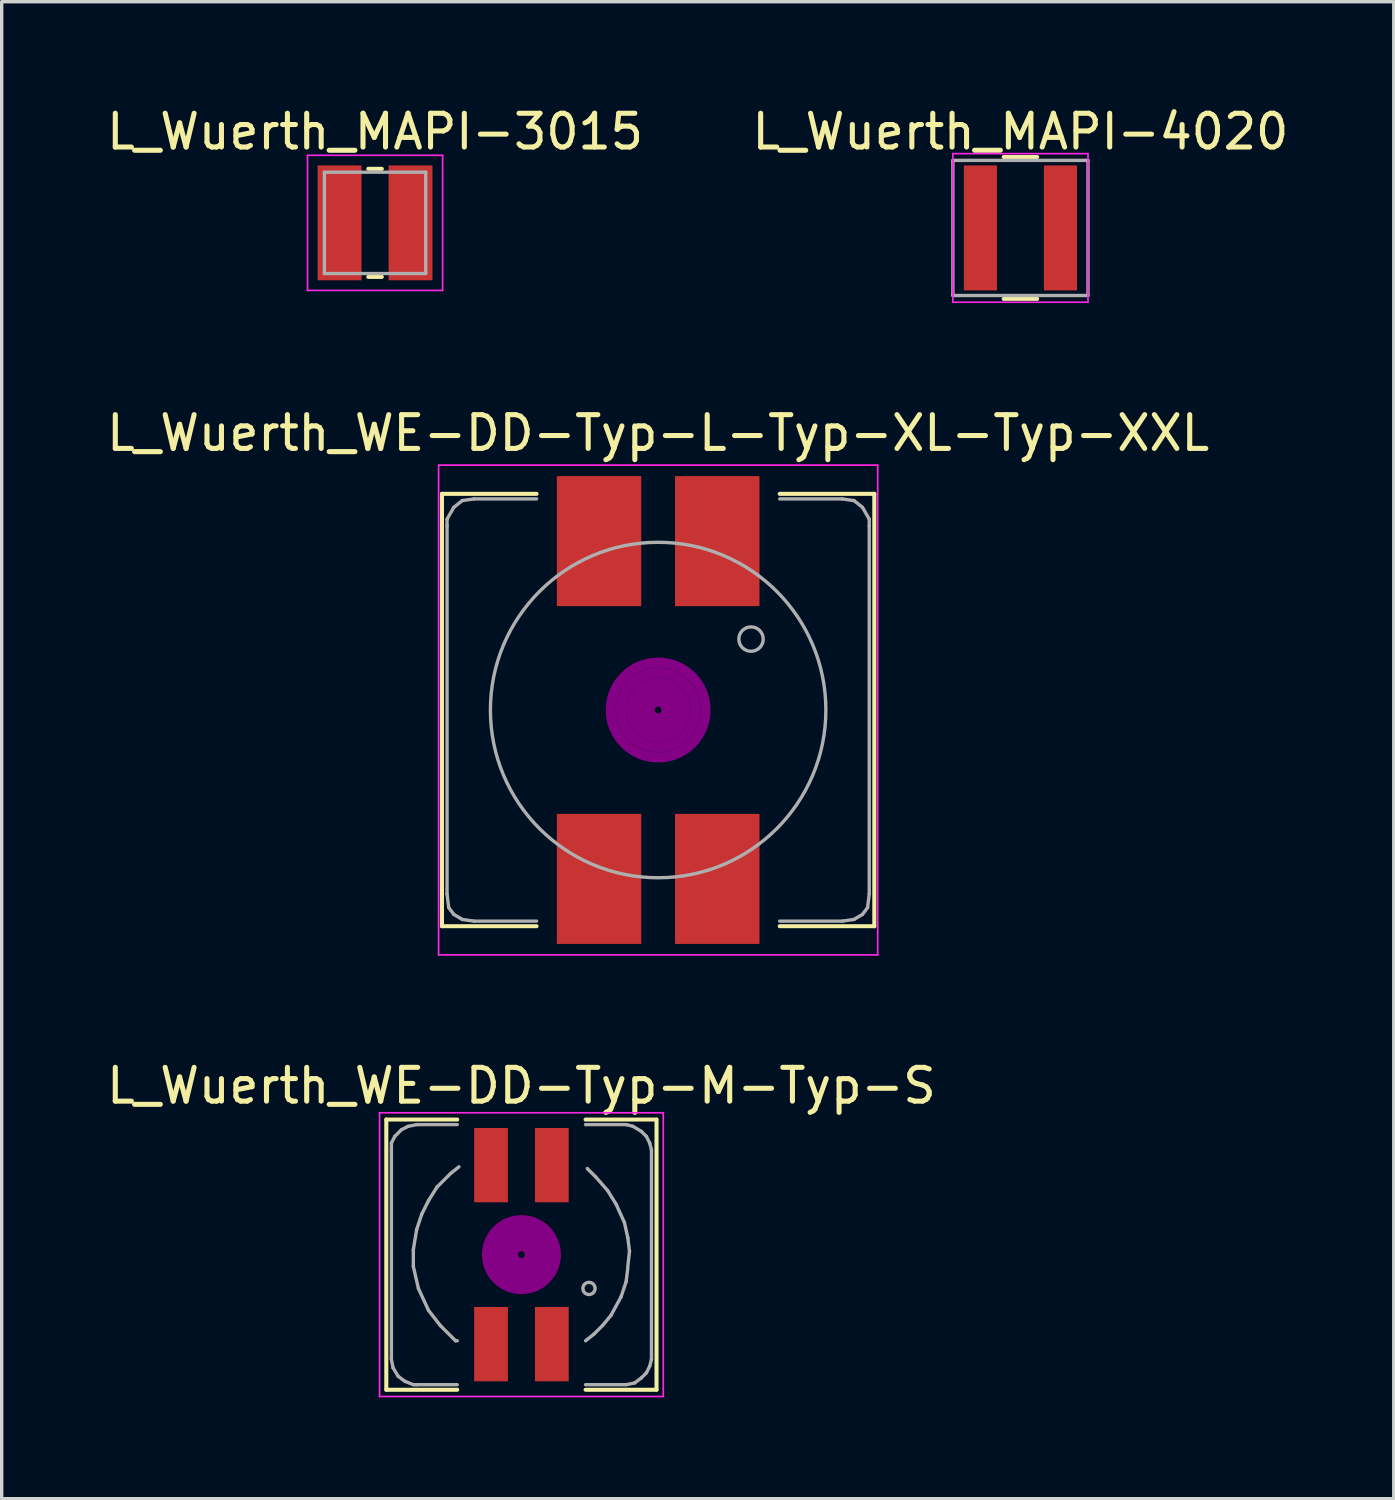
<source format=kicad_pcb>
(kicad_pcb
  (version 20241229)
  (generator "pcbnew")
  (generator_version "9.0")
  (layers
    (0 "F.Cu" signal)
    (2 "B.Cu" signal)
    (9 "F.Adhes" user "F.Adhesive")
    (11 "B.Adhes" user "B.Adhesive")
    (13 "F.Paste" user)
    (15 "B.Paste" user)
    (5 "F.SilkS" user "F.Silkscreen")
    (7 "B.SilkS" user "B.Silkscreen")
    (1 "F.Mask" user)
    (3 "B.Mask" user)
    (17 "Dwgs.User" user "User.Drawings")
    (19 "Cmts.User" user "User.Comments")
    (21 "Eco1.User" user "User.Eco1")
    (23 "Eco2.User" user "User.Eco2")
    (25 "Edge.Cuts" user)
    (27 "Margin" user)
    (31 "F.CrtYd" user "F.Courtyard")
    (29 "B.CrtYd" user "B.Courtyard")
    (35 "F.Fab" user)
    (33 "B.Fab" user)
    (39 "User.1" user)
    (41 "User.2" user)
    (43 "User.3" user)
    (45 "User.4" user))
  (footprint "L_Wuerth_WE-DD-Typ-L-Typ-XL-Typ-XXL"
    (layer "F.Cu")
    (at 16.435 17.971)
    (property "Reference" "L_Wuerth_WE-DD-Typ-L-Typ-XL-Typ-XXL" (at 0 -8.2 0) (layer "F.SilkS") (effects (font (size 1 1) (thickness 0.15))))
    (attr smd)
    (fp_line (start -6.4 -6.4) (end -3.6 -6.4) (stroke (width 0.12) (type solid)) (layer "F.SilkS"))
    (fp_line (start -6.4 6.4) (end -6.4 -6.4) (stroke (width 0.12) (type solid)) (layer "F.SilkS"))
    (fp_line (start -3.6 6.4) (end -6.4 6.4) (stroke (width 0.12) (type solid)) (layer "F.SilkS"))
    (fp_line (start 3.6 -6.4) (end 6.4 -6.4) (stroke (width 0.12) (type solid)) (layer "F.SilkS"))
    (fp_line (start 6.4 -6.4) (end 6.4 6.4) (stroke (width 0.12) (type solid)) (layer "F.SilkS"))
    (fp_line (start 6.4 6.4) (end 3.6 6.4) (stroke (width 0.12) (type solid)) (layer "F.SilkS"))
    (fp_circle (center 0 0) (end 0.1 0) (stroke (width 0.3) (type solid)) (fill no) (layer "F.Adhes"))
    (fp_circle (center 0 0) (end 0.3 0.1) (stroke (width 0.3) (type solid)) (fill no) (layer "F.Adhes"))
    (fp_circle (center 0 0) (end 0.6 0) (stroke (width 0.3) (type solid)) (fill no) (layer "F.Adhes"))
    (fp_circle (center 0 0) (end 0.8 -0.1) (stroke (width 0.3) (type solid)) (fill no) (layer "F.Adhes"))
    (fp_circle (center 0 0) (end 1.1 -0.1) (stroke (width 0.3) (type solid)) (fill no) (layer "F.Adhes"))
    (fp_circle (center 0 0) (end 1.4 -0.1) (stroke (width 0.3) (type solid)) (fill no) (layer "F.Adhes"))
    (fp_line (start -6.5 -7.25) (end 6.5 -7.25) (stroke (width 0.05) (type solid)) (layer "F.CrtYd"))
    (fp_line (start -6.5 7.25) (end -6.5 -7.25) (stroke (width 0.05) (type solid)) (layer "F.CrtYd"))
    (fp_line (start 6.5 -7.25) (end 6.5 7.25) (stroke (width 0.05) (type solid)) (layer "F.CrtYd"))
    (fp_line (start 6.5 7.25) (end -6.5 7.25) (stroke (width 0.05) (type solid)) (layer "F.CrtYd"))
    (fp_line (start -6.25 -5.65) (end -6.25 -5.45) (stroke (width 0.1) (type solid)) (layer "F.Fab"))
    (fp_line (start -6.25 -5.45) (end -6.25 5.45) (stroke (width 0.1) (type solid)) (layer "F.Fab"))
    (fp_line (start -6.2 5.85) (end -6.25 5.45) (stroke (width 0.1) (type solid)) (layer "F.Fab"))
    (fp_line (start -6.05 -6) (end -6.25 -5.65) (stroke (width 0.1) (type solid)) (layer "F.Fab"))
    (fp_line (start -6.05 6.05) (end -6.2 5.85) (stroke (width 0.1) (type solid)) (layer "F.Fab"))
    (fp_line (start -5.8 -6.2) (end -6.05 -6) (stroke (width 0.1) (type solid)) (layer "F.Fab"))
    (fp_line (start -5.8 6.2) (end -6.05 6.05) (stroke (width 0.1) (type solid)) (layer "F.Fab"))
    (fp_line (start -5.45 -6.25) (end -5.8 -6.2) (stroke (width 0.1) (type solid)) (layer "F.Fab"))
    (fp_line (start -5.45 6.25) (end -5.8 6.2) (stroke (width 0.1) (type solid)) (layer "F.Fab"))
    (fp_line (start -3.6 -6.25) (end -5.45 -6.25) (stroke (width 0.1) (type solid)) (layer "F.Fab"))
    (fp_line (start -3.6 6.25) (end -5.45 6.25) (stroke (width 0.1) (type solid)) (layer "F.Fab"))
    (fp_line (start 3.6 -6.25) (end 5.45 -6.25) (stroke (width 0.1) (type solid)) (layer "F.Fab"))
    (fp_line (start 3.6 6.25) (end 5.45 6.25) (stroke (width 0.1) (type solid)) (layer "F.Fab"))
    (fp_line (start 5.45 -6.25) (end 5.8 -6.2) (stroke (width 0.1) (type solid)) (layer "F.Fab"))
    (fp_line (start 5.45 6.25) (end 5.8 6.2) (stroke (width 0.1) (type solid)) (layer "F.Fab"))
    (fp_line (start 5.8 -6.2) (end 6.05 -6) (stroke (width 0.1) (type solid)) (layer "F.Fab"))
    (fp_line (start 5.8 6.2) (end 6.05 6.05) (stroke (width 0.1) (type solid)) (layer "F.Fab"))
    (fp_line (start 6.05 -6) (end 6.25 -5.65) (stroke (width 0.1) (type solid)) (layer "F.Fab"))
    (fp_line (start 6.05 6.05) (end 6.2 5.85) (stroke (width 0.1) (type solid)) (layer "F.Fab"))
    (fp_line (start 6.2 5.85) (end 6.25 5.45) (stroke (width 0.1) (type solid)) (layer "F.Fab"))
    (fp_line (start 6.25 -5.65) (end 6.25 -5.45) (stroke (width 0.1) (type solid)) (layer "F.Fab"))
    (fp_line (start 6.25 -5.45) (end 6.25 5.45) (stroke (width 0.1) (type solid)) (layer "F.Fab"))
    (fp_circle (center 0 0) (end 2.1 4.5) (stroke (width 0.1) (type solid)) (fill no) (layer "F.Fab"))
    (fp_circle (center 2.75 -2.1) (end 3.05 -1.9) (stroke (width 0.1) (type solid)) (fill no) (layer "F.Fab"))
    (pad "1" smd rect (at -1.75 -5) (size 2.5 3.85) (layers "F.Cu" "F.Mask" "F.Paste"))
    (pad "2" smd rect (at 1.75 -5) (size 2.5 3.85) (layers "F.Cu" "F.Mask" "F.Paste"))
    (pad "3" smd rect (at 1.75 5) (size 2.5 3.85) (layers "F.Cu" "F.Mask" "F.Paste"))
    (pad "4" smd rect (at -1.75 5) (size 2.5 3.85) (layers "F.Cu" "F.Mask" "F.Paste")))
  (footprint "L_Wuerth_WE-DD-Typ-M-Typ-S"
    (layer "F.Cu")
    (at 12.387 34.095)
    (property "Reference" "L_Wuerth_WE-DD-Typ-M-Typ-S" (at 0 -5 0) (layer "F.SilkS") (effects (font (size 1 1) (thickness 0.15))))
    (attr smd)
    (fp_line (start -4 -4) (end -1.9 -4) (stroke (width 0.12) (type solid)) (layer "F.SilkS"))
    (fp_line (start -4 4) (end -4 -4) (stroke (width 0.12) (type solid)) (layer "F.SilkS"))
    (fp_line (start -1.9 4) (end -4 4) (stroke (width 0.12) (type solid)) (layer "F.SilkS"))
    (fp_line (start 1.9 -4) (end 4 -4) (stroke (width 0.12) (type solid)) (layer "F.SilkS"))
    (fp_line (start 4 -4) (end 4 4) (stroke (width 0.12) (type solid)) (layer "F.SilkS"))
    (fp_line (start 4 4) (end 1.9 4) (stroke (width 0.12) (type solid)) (layer "F.SilkS"))
    (fp_circle (center 0 0) (end 0.1 0) (stroke (width 0.3) (type solid)) (fill no) (layer "F.Adhes"))
    (fp_circle (center 0 0) (end 0.3 -0.1) (stroke (width 0.3) (type solid)) (fill no) (layer "F.Adhes"))
    (fp_circle (center 0 0) (end 0.6 0) (stroke (width 0.3) (type solid)) (fill no) (layer "F.Adhes"))
    (fp_circle (center 0 0) (end 0.8 -0.1) (stroke (width 0.3) (type solid)) (fill no) (layer "F.Adhes"))
    (fp_circle (center 0 0) (end 1 -0.2) (stroke (width 0.3) (type solid)) (fill no) (layer "F.Adhes"))
    (fp_circle (center 0.8 0) (end 0.8 0) (stroke (width 0.3) (type solid)) (fill no) (layer "F.Adhes"))
    (fp_line (start -4.2 -4.2) (end 4.2 -4.2) (stroke (width 0.05) (type solid)) (layer "F.CrtYd"))
    (fp_line (start -4.2 4.2) (end -4.2 -4.2) (stroke (width 0.05) (type solid)) (layer "F.CrtYd"))
    (fp_line (start 4.2 -4.2) (end 4.2 4.2) (stroke (width 0.05) (type solid)) (layer "F.CrtYd"))
    (fp_line (start 4.2 4.2) (end -4.2 4.2) (stroke (width 0.05) (type solid)) (layer "F.CrtYd"))
    (fp_line (start -3.85 -3.3) (end -3.85 -3.1) (stroke (width 0.1) (type solid)) (layer "F.Fab"))
    (fp_line (start -3.85 -3.1) (end -3.85 3.1) (stroke (width 0.1) (type solid)) (layer "F.Fab"))
    (fp_line (start -3.85 3.1) (end -3.8 3.35) (stroke (width 0.1) (type solid)) (layer "F.Fab"))
    (fp_line (start -3.8 3.35) (end -3.65 3.6) (stroke (width 0.1) (type solid)) (layer "F.Fab"))
    (fp_line (start -3.75 -3.5) (end -3.85 -3.3) (stroke (width 0.1) (type solid)) (layer "F.Fab"))
    (fp_line (start -3.65 3.6) (end -3.45 3.75) (stroke (width 0.1) (type solid)) (layer "F.Fab"))
    (fp_line (start -3.55 -3.7) (end -3.75 -3.5) (stroke (width 0.1) (type solid)) (layer "F.Fab"))
    (fp_line (start -3.45 3.75) (end -3.2 3.85) (stroke (width 0.1) (type solid)) (layer "F.Fab"))
    (fp_line (start -3.35 -3.8) (end -3.55 -3.7) (stroke (width 0.1) (type solid)) (layer "F.Fab"))
    (fp_line (start -3.2 -0.15) (end -3.2 0.35) (stroke (width 0.1) (type solid)) (layer "F.Fab"))
    (fp_line (start -3.2 0.35) (end -3.05 1) (stroke (width 0.1) (type solid)) (layer "F.Fab"))
    (fp_line (start -3.2 3.85) (end -3.1 3.85) (stroke (width 0.1) (type solid)) (layer "F.Fab"))
    (fp_line (start -3.1 -3.85) (end -3.35 -3.8) (stroke (width 0.1) (type solid)) (layer "F.Fab"))
    (fp_line (start -3.1 -0.75) (end -3.2 -0.15) (stroke (width 0.1) (type solid)) (layer "F.Fab"))
    (fp_line (start -3.1 3.85) (end -1.9 3.85) (stroke (width 0.1) (type solid)) (layer "F.Fab"))
    (fp_line (start -3.05 1) (end -2.75 1.65) (stroke (width 0.1) (type solid)) (layer "F.Fab"))
    (fp_line (start -2.95 -1.2) (end -3.1 -0.75) (stroke (width 0.1) (type solid)) (layer "F.Fab"))
    (fp_line (start -2.75 -1.6) (end -2.95 -1.2) (stroke (width 0.1) (type solid)) (layer "F.Fab"))
    (fp_line (start -2.75 1.65) (end -2.4 2.1) (stroke (width 0.1) (type solid)) (layer "F.Fab"))
    (fp_line (start -2.5 -2) (end -2.75 -1.6) (stroke (width 0.1) (type solid)) (layer "F.Fab"))
    (fp_line (start -2.4 2.1) (end -1.95 2.55) (stroke (width 0.1) (type solid)) (layer "F.Fab"))
    (fp_line (start -2.1 -2.4) (end -2.5 -2) (stroke (width 0.1) (type solid)) (layer "F.Fab"))
    (fp_line (start -1.95 2.55) (end -1.9 2.55) (stroke (width 0.1) (type solid)) (layer "F.Fab"))
    (fp_line (start -1.9 -3.85) (end -3.1 -3.85) (stroke (width 0.1) (type solid)) (layer "F.Fab"))
    (fp_line (start -1.85 -2.6) (end -2.1 -2.4) (stroke (width 0.1) (type solid)) (layer "F.Fab"))
    (fp_line (start 1.9 -3.85) (end 3.1 -3.85) (stroke (width 0.1) (type solid)) (layer "F.Fab"))
    (fp_line (start 1.95 -2.55) (end 2.2 -2.3) (stroke (width 0.1) (type solid)) (layer "F.Fab"))
    (fp_line (start 2.15 2.35) (end 1.9 2.55) (stroke (width 0.1) (type solid)) (layer "F.Fab"))
    (fp_line (start 2.2 -2.3) (end 2.55 -1.9) (stroke (width 0.1) (type solid)) (layer "F.Fab"))
    (fp_line (start 2.4 2.1) (end 2.15 2.35) (stroke (width 0.1) (type solid)) (layer "F.Fab"))
    (fp_line (start 2.55 -1.9) (end 2.8 -1.5) (stroke (width 0.1) (type solid)) (layer "F.Fab"))
    (fp_line (start 2.65 1.8) (end 2.4 2.1) (stroke (width 0.1) (type solid)) (layer "F.Fab"))
    (fp_line (start 2.8 -1.5) (end 3.05 -0.95) (stroke (width 0.1) (type solid)) (layer "F.Fab"))
    (fp_line (start 2.95 1.25) (end 2.65 1.8) (stroke (width 0.1) (type solid)) (layer "F.Fab"))
    (fp_line (start 3.05 -0.95) (end 3.15 -0.5) (stroke (width 0.1) (type solid)) (layer "F.Fab"))
    (fp_line (start 3.1 -3.85) (end 3.3 -3.8) (stroke (width 0.1) (type solid)) (layer "F.Fab"))
    (fp_line (start 3.1 0.8) (end 2.95 1.25) (stroke (width 0.1) (type solid)) (layer "F.Fab"))
    (fp_line (start 3.1 3.85) (end 1.9 3.85) (stroke (width 0.1) (type solid)) (layer "F.Fab"))
    (fp_line (start 3.15 -0.5) (end 3.2 -0.1) (stroke (width 0.1) (type solid)) (layer "F.Fab"))
    (fp_line (start 3.15 0.4) (end 3.1 0.8) (stroke (width 0.1) (type solid)) (layer "F.Fab"))
    (fp_line (start 3.2 -0.1) (end 3.15 0.35) (stroke (width 0.1) (type solid)) (layer "F.Fab"))
    (fp_line (start 3.3 -3.8) (end 3.55 -3.65) (stroke (width 0.1) (type solid)) (layer "F.Fab"))
    (fp_line (start 3.35 3.8) (end 3.1 3.85) (stroke (width 0.1) (type solid)) (layer "F.Fab"))
    (fp_line (start 3.55 -3.65) (end 3.7 -3.5) (stroke (width 0.1) (type solid)) (layer "F.Fab"))
    (fp_line (start 3.55 3.65) (end 3.35 3.8) (stroke (width 0.1) (type solid)) (layer "F.Fab"))
    (fp_line (start 3.7 -3.5) (end 3.8 -3.3) (stroke (width 0.1) (type solid)) (layer "F.Fab"))
    (fp_line (start 3.7 3.5) (end 3.55 3.65) (stroke (width 0.1) (type solid)) (layer "F.Fab"))
    (fp_line (start 3.8 -3.3) (end 3.85 -3.1) (stroke (width 0.1) (type solid)) (layer "F.Fab"))
    (fp_line (start 3.8 3.3) (end 3.7 3.5) (stroke (width 0.1) (type solid)) (layer "F.Fab"))
    (fp_line (start 3.85 -3.1) (end 3.85 3.1) (stroke (width 0.1) (type solid)) (layer "F.Fab"))
    (fp_line (start 3.85 3.1) (end 3.8 3.3) (stroke (width 0.1) (type solid)) (layer "F.Fab"))
    (fp_circle (center 2 1) (end 2.15 0.9) (stroke (width 0.1) (type solid)) (fill no) (layer "F.Fab"))
    (pad "1" smd rect (at -0.9 2.65) (size 1 2.2) (layers "F.Cu" "F.Mask" "F.Paste"))
    (pad "2" smd rect (at -0.9 -2.65) (size 1 2.2) (layers "F.Cu" "F.Mask" "F.Paste"))
    (pad "3" smd rect (at 0.9 -2.65) (size 1 2.2) (layers "F.Cu" "F.Mask" "F.Paste"))
    (pad "4" smd rect (at 0.9 2.65) (size 1 2.2) (layers "F.Cu" "F.Mask" "F.Paste")))
  (footprint "L_Wuerth_MAPI-3015"
    (layer "F.Cu")
    (at 8.054 3.548)
    (property "Reference" "L_Wuerth_MAPI-3015" (at 0 -2.7 0) (layer "F.SilkS") (effects (font (size 1 1) (thickness 0.15))))
    (attr smd)
    (fp_line (start -0.2 -1.6) (end 0.2 -1.6) (stroke (width 0.12) (type solid)) (layer "F.SilkS"))
    (fp_line (start -0.2 1.6) (end 0.2 1.6) (stroke (width 0.12) (type solid)) (layer "F.SilkS"))
    (fp_line (start -2 -2) (end -2 2) (stroke (width 0.05) (type solid)) (layer "F.CrtYd"))
    (fp_line (start -2 2) (end 2 2) (stroke (width 0.05) (type solid)) (layer "F.CrtYd"))
    (fp_line (start 2 -2) (end -2 -2) (stroke (width 0.05) (type solid)) (layer "F.CrtYd"))
    (fp_line (start 2 2) (end 2 -2) (stroke (width 0.05) (type solid)) (layer "F.CrtYd"))
    (fp_line (start -1.5 -1.5) (end -1.5 1.5) (stroke (width 0.1) (type solid)) (layer "F.Fab"))
    (fp_line (start -1.5 1.5) (end 1.5 1.5) (stroke (width 0.1) (type solid)) (layer "F.Fab"))
    (fp_line (start 1.5 -1.5) (end -1.5 -1.5) (stroke (width 0.1) (type solid)) (layer "F.Fab"))
    (fp_line (start 1.5 1.5) (end 1.5 -1.5) (stroke (width 0.1) (type solid)) (layer "F.Fab"))
    (pad "1" smd rect (at -1.05 0) (size 1.3 3.4) (layers "F.Cu" "F.Mask" "F.Paste"))
    (pad "2" smd rect (at 1.05 0) (size 1.3 3.4) (layers "F.Cu" "F.Mask" "F.Paste")))
  (footprint "L_Wuerth_MAPI-4020"
    (layer "F.Cu")
    (at 27.161 3.698)
    (property "Reference" "L_Wuerth_MAPI-4020" (at 0 -2.85 0) (layer "F.SilkS") (effects (font (size 1 1) (thickness 0.15))))
    (attr smd)
    (fp_line (start -0.495 -2.1) (end 0.495 -2.1) (stroke (width 0.12) (type solid)) (layer "F.SilkS"))
    (fp_line (start -0.495 2.1) (end 0.495 2.1) (stroke (width 0.12) (type solid)) (layer "F.SilkS"))
    (fp_line (start -2 -2.2) (end -2 2.2) (stroke (width 0.05) (type solid)) (layer "F.CrtYd"))
    (fp_line (start -2 2.2) (end 2 2.2) (stroke (width 0.05) (type solid)) (layer "F.CrtYd"))
    (fp_line (start 2 -2.2) (end -2 -2.2) (stroke (width 0.05) (type solid)) (layer "F.CrtYd"))
    (fp_line (start 2 2.2) (end 2 -2.2) (stroke (width 0.05) (type solid)) (layer "F.CrtYd"))
    (fp_line (start -2 -2) (end -2 2) (stroke (width 0.1) (type solid)) (layer "F.Fab"))
    (fp_line (start -2 2) (end 2 2) (stroke (width 0.1) (type solid)) (layer "F.Fab"))
    (fp_line (start 2 -2) (end -2 -2) (stroke (width 0.1) (type solid)) (layer "F.Fab"))
    (fp_line (start 2 2) (end 2 -2) (stroke (width 0.1) (type solid)) (layer "F.Fab"))
    (pad "1" smd rect (at -1.185 0) (size 0.98 3.7) (layers "F.Cu" "F.Mask" "F.Paste"))
    (pad "2" smd rect (at 1.185 0) (size 0.98 3.7) (layers "F.Cu" "F.Mask" "F.Paste")))
  (gr_rect
    (start -3 -3)
    (end 38.214 41.32)
    (stroke (width 0.1) (type default))
    (fill no)
    (layer "Edge.Cuts")))
</source>
